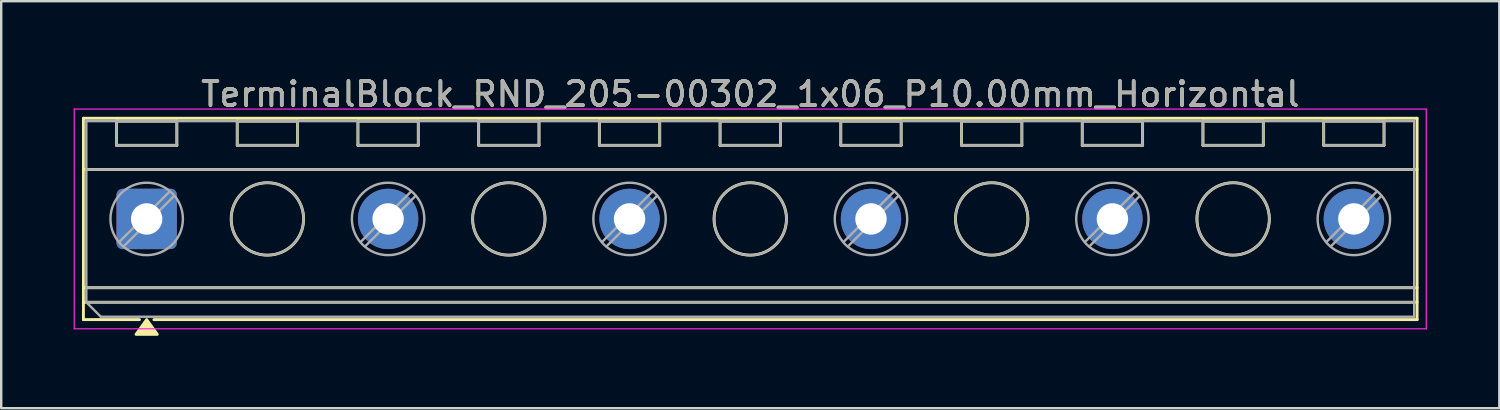
<source format=kicad_pcb>
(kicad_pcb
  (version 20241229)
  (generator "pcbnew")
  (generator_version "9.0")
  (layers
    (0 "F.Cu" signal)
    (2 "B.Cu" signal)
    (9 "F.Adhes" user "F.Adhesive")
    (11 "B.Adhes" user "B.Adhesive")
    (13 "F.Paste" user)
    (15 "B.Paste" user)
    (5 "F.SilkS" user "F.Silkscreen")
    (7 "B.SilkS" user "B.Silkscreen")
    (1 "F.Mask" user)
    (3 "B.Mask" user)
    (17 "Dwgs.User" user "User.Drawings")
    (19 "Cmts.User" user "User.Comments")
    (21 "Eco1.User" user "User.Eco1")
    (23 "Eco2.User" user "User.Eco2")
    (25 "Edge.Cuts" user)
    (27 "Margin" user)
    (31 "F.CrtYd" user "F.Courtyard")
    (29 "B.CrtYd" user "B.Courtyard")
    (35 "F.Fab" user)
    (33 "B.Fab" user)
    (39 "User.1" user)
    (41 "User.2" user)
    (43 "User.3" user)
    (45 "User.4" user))
  (footprint "TerminalBlock_RND_205-00302_1x06_P10.00mm_Horizontal"
    (layer "F.Cu")
    (at 3.025 6.018)
    (property "Reference" "TerminalBlock_RND_205-00302_1x06_P10.00mm_Horizontal" (at 25 -5.17 0) (layer "F.SilkS") (effects (font (size 1 1) (thickness 0.15))))
    (attr through_hole)
    (fp_line (start -2.62 -4.17) (end -2.62 4.17) (stroke (width 0.12) (type solid)) (layer "F.SilkS"))
    (fp_line (start -2.62 -4.17) (end 52.62 -4.17) (stroke (width 0.12) (type solid)) (layer "F.SilkS"))
    (fp_line (start -2.62 -2.05) (end 52.62 -2.05) (stroke (width 0.12) (type solid)) (layer "F.SilkS"))
    (fp_line (start -2.62 2.85) (end 52.62 2.85) (stroke (width 0.12) (type solid)) (layer "F.SilkS"))
    (fp_line (start -2.62 3.45) (end 52.62 3.45) (stroke (width 0.12) (type solid)) (layer "F.SilkS"))
    (fp_line (start -2.62 4.17) (end -0.3 4.17) (stroke (width 0.12) (type solid)) (layer "F.SilkS"))
    (fp_line (start -1.25 -4.05) (end -1.25 -3.05) (stroke (width 0.12) (type solid)) (layer "F.SilkS"))
    (fp_line (start -1.25 -4.05) (end 1.25 -4.05) (stroke (width 0.12) (type solid)) (layer "F.SilkS"))
    (fp_line (start -1.25 -3.05) (end 1.25 -3.05) (stroke (width 0.12) (type solid)) (layer "F.SilkS"))
    (fp_line (start 0.3 4.17) (end 52.62 4.17) (stroke (width 0.12) (type solid)) (layer "F.SilkS"))
    (fp_line (start 1.25 -4.05) (end 1.25 -3.05) (stroke (width 0.12) (type solid)) (layer "F.SilkS"))
    (fp_line (start 3.75 -4.05) (end 3.75 -3.05) (stroke (width 0.12) (type solid)) (layer "F.SilkS"))
    (fp_line (start 3.75 -4.05) (end 6.25 -4.05) (stroke (width 0.12) (type solid)) (layer "F.SilkS"))
    (fp_line (start 3.75 -3.05) (end 6.25 -3.05) (stroke (width 0.12) (type solid)) (layer "F.SilkS"))
    (fp_line (start 6.25 -4.05) (end 6.25 -3.05) (stroke (width 0.12) (type solid)) (layer "F.SilkS"))
    (fp_line (start 8.75 -4.05) (end 8.75 -3.05) (stroke (width 0.12) (type solid)) (layer "F.SilkS"))
    (fp_line (start 8.75 -4.05) (end 11.25 -4.05) (stroke (width 0.12) (type solid)) (layer "F.SilkS"))
    (fp_line (start 8.75 -3.05) (end 11.25 -3.05) (stroke (width 0.12) (type solid)) (layer "F.SilkS"))
    (fp_line (start 11.25 -4.05) (end 11.25 -3.05) (stroke (width 0.12) (type solid)) (layer "F.SilkS"))
    (fp_line (start 13.75 -4.05) (end 13.75 -3.05) (stroke (width 0.12) (type solid)) (layer "F.SilkS"))
    (fp_line (start 13.75 -4.05) (end 16.25 -4.05) (stroke (width 0.12) (type solid)) (layer "F.SilkS"))
    (fp_line (start 13.75 -3.05) (end 16.25 -3.05) (stroke (width 0.12) (type solid)) (layer "F.SilkS"))
    (fp_line (start 16.25 -4.05) (end 16.25 -3.05) (stroke (width 0.12) (type solid)) (layer "F.SilkS"))
    (fp_line (start 18.75 -4.05) (end 18.75 -3.05) (stroke (width 0.12) (type solid)) (layer "F.SilkS"))
    (fp_line (start 18.75 -4.05) (end 21.25 -4.05) (stroke (width 0.12) (type solid)) (layer "F.SilkS"))
    (fp_line (start 18.75 -3.05) (end 21.25 -3.05) (stroke (width 0.12) (type solid)) (layer "F.SilkS"))
    (fp_line (start 21.25 -4.05) (end 21.25 -3.05) (stroke (width 0.12) (type solid)) (layer "F.SilkS"))
    (fp_line (start 23.75 -4.05) (end 23.75 -3.05) (stroke (width 0.12) (type solid)) (layer "F.SilkS"))
    (fp_line (start 23.75 -4.05) (end 26.25 -4.05) (stroke (width 0.12) (type solid)) (layer "F.SilkS"))
    (fp_line (start 23.75 -3.05) (end 26.25 -3.05) (stroke (width 0.12) (type solid)) (layer "F.SilkS"))
    (fp_line (start 26.25 -4.05) (end 26.25 -3.05) (stroke (width 0.12) (type solid)) (layer "F.SilkS"))
    (fp_line (start 28.75 -4.05) (end 28.75 -3.05) (stroke (width 0.12) (type solid)) (layer "F.SilkS"))
    (fp_line (start 28.75 -4.05) (end 31.25 -4.05) (stroke (width 0.12) (type solid)) (layer "F.SilkS"))
    (fp_line (start 28.75 -3.05) (end 31.25 -3.05) (stroke (width 0.12) (type solid)) (layer "F.SilkS"))
    (fp_line (start 31.25 -4.05) (end 31.25 -3.05) (stroke (width 0.12) (type solid)) (layer "F.SilkS"))
    (fp_line (start 33.75 -4.05) (end 33.75 -3.05) (stroke (width 0.12) (type solid)) (layer "F.SilkS"))
    (fp_line (start 33.75 -4.05) (end 36.25 -4.05) (stroke (width 0.12) (type solid)) (layer "F.SilkS"))
    (fp_line (start 33.75 -3.05) (end 36.25 -3.05) (stroke (width 0.12) (type solid)) (layer "F.SilkS"))
    (fp_line (start 36.25 -4.05) (end 36.25 -3.05) (stroke (width 0.12) (type solid)) (layer "F.SilkS"))
    (fp_line (start 38.75 -4.05) (end 38.75 -3.05) (stroke (width 0.12) (type solid)) (layer "F.SilkS"))
    (fp_line (start 38.75 -4.05) (end 41.25 -4.05) (stroke (width 0.12) (type solid)) (layer "F.SilkS"))
    (fp_line (start 38.75 -3.05) (end 41.25 -3.05) (stroke (width 0.12) (type solid)) (layer "F.SilkS"))
    (fp_line (start 41.25 -4.05) (end 41.25 -3.05) (stroke (width 0.12) (type solid)) (layer "F.SilkS"))
    (fp_line (start 43.75 -4.05) (end 43.75 -3.05) (stroke (width 0.12) (type solid)) (layer "F.SilkS"))
    (fp_line (start 43.75 -4.05) (end 46.25 -4.05) (stroke (width 0.12) (type solid)) (layer "F.SilkS"))
    (fp_line (start 43.75 -3.05) (end 46.25 -3.05) (stroke (width 0.12) (type solid)) (layer "F.SilkS"))
    (fp_line (start 46.25 -4.05) (end 46.25 -3.05) (stroke (width 0.12) (type solid)) (layer "F.SilkS"))
    (fp_line (start 48.75 -4.05) (end 48.75 -3.05) (stroke (width 0.12) (type solid)) (layer "F.SilkS"))
    (fp_line (start 48.75 -4.05) (end 51.25 -4.05) (stroke (width 0.12) (type solid)) (layer "F.SilkS"))
    (fp_line (start 48.75 -3.05) (end 51.25 -3.05) (stroke (width 0.12) (type solid)) (layer "F.SilkS"))
    (fp_line (start 51.25 -4.05) (end 51.25 -3.05) (stroke (width 0.12) (type solid)) (layer "F.SilkS"))
    (fp_line (start 52.62 -4.17) (end 52.62 4.17) (stroke (width 0.12) (type solid)) (layer "F.SilkS"))
    (fp_circle (center 5 0) (end 6.5 0) (stroke (width 0.12) (type solid)) (fill no) (layer "F.SilkS"))
    (fp_circle (center 15 0) (end 16.5 0) (stroke (width 0.12) (type solid)) (fill no) (layer "F.SilkS"))
    (fp_circle (center 25 0) (end 26.5 0) (stroke (width 0.12) (type solid)) (fill no) (layer "F.SilkS"))
    (fp_circle (center 35 0) (end 36.5 0) (stroke (width 0.12) (type solid)) (fill no) (layer "F.SilkS"))
    (fp_circle (center 45 0) (end 46.5 0) (stroke (width 0.12) (type solid)) (fill no) (layer "F.SilkS"))
    (fp_poly (pts (xy 0 4.17) (xy 0.44 4.78) (xy -0.44 4.78)) (stroke (width 0.12) (type solid)) (fill yes) (layer "F.SilkS"))
    (fp_line (start -3 -4.55) (end -3 4.55) (stroke (width 0.05) (type solid)) (layer "F.CrtYd"))
    (fp_line (start -3 4.55) (end 53 4.55) (stroke (width 0.05) (type solid)) (layer "F.CrtYd"))
    (fp_line (start 53 -4.55) (end -3 -4.55) (stroke (width 0.05) (type solid)) (layer "F.CrtYd"))
    (fp_line (start 53 4.55) (end 53 -4.55) (stroke (width 0.05) (type solid)) (layer "F.CrtYd"))
    (fp_line (start -2.5 -4.05) (end 52.5 -4.05) (stroke (width 0.1) (type solid)) (layer "F.Fab"))
    (fp_line (start -2.5 -2.05) (end 52.5 -2.05) (stroke (width 0.1) (type solid)) (layer "F.Fab"))
    (fp_line (start -2.5 2.85) (end 52.5 2.85) (stroke (width 0.1) (type solid)) (layer "F.Fab"))
    (fp_line (start -2.5 3.45) (end -2.5 -4.05) (stroke (width 0.1) (type solid)) (layer "F.Fab"))
    (fp_line (start -2.5 3.45) (end 52.5 3.45) (stroke (width 0.1) (type solid)) (layer "F.Fab"))
    (fp_line (start -1.9 4.05) (end -2.5 3.45) (stroke (width 0.1) (type solid)) (layer "F.Fab"))
    (fp_line (start -1.25 -4.05) (end -1.25 -3.05) (stroke (width 0.1) (type solid)) (layer "F.Fab"))
    (fp_line (start -1.25 -3.05) (end 1.25 -3.05) (stroke (width 0.1) (type solid)) (layer "F.Fab"))
    (fp_line (start 0.955 -1.138) (end -1.138 0.955) (stroke (width 0.1) (type solid)) (layer "F.Fab"))
    (fp_line (start 1.138 -0.955) (end -0.955 1.138) (stroke (width 0.1) (type solid)) (layer "F.Fab"))
    (fp_line (start 1.25 -4.05) (end -1.25 -4.05) (stroke (width 0.1) (type solid)) (layer "F.Fab"))
    (fp_line (start 1.25 -3.05) (end 1.25 -4.05) (stroke (width 0.1) (type solid)) (layer "F.Fab"))
    (fp_line (start 3.75 -4.05) (end 3.75 -3.05) (stroke (width 0.1) (type solid)) (layer "F.Fab"))
    (fp_line (start 3.75 -3.05) (end 6.25 -3.05) (stroke (width 0.1) (type solid)) (layer "F.Fab"))
    (fp_line (start 6.25 -4.05) (end 3.75 -4.05) (stroke (width 0.1) (type solid)) (layer "F.Fab"))
    (fp_line (start 6.25 -3.05) (end 6.25 -4.05) (stroke (width 0.1) (type solid)) (layer "F.Fab"))
    (fp_line (start 8.75 -4.05) (end 8.75 -3.05) (stroke (width 0.1) (type solid)) (layer "F.Fab"))
    (fp_line (start 8.75 -3.05) (end 11.25 -3.05) (stroke (width 0.1) (type solid)) (layer "F.Fab"))
    (fp_line (start 10.955 -1.138) (end 8.862 0.955) (stroke (width 0.1) (type solid)) (layer "F.Fab"))
    (fp_line (start 11.138 -0.955) (end 9.045 1.138) (stroke (width 0.1) (type solid)) (layer "F.Fab"))
    (fp_line (start 11.25 -4.05) (end 8.75 -4.05) (stroke (width 0.1) (type solid)) (layer "F.Fab"))
    (fp_line (start 11.25 -3.05) (end 11.25 -4.05) (stroke (width 0.1) (type solid)) (layer "F.Fab"))
    (fp_line (start 13.75 -4.05) (end 13.75 -3.05) (stroke (width 0.1) (type solid)) (layer "F.Fab"))
    (fp_line (start 13.75 -3.05) (end 16.25 -3.05) (stroke (width 0.1) (type solid)) (layer "F.Fab"))
    (fp_line (start 16.25 -4.05) (end 13.75 -4.05) (stroke (width 0.1) (type solid)) (layer "F.Fab"))
    (fp_line (start 16.25 -3.05) (end 16.25 -4.05) (stroke (width 0.1) (type solid)) (layer "F.Fab"))
    (fp_line (start 18.75 -4.05) (end 18.75 -3.05) (stroke (width 0.1) (type solid)) (layer "F.Fab"))
    (fp_line (start 18.75 -3.05) (end 21.25 -3.05) (stroke (width 0.1) (type solid)) (layer "F.Fab"))
    (fp_line (start 20.955 -1.138) (end 18.862 0.955) (stroke (width 0.1) (type solid)) (layer "F.Fab"))
    (fp_line (start 21.138 -0.955) (end 19.045 1.138) (stroke (width 0.1) (type solid)) (layer "F.Fab"))
    (fp_line (start 21.25 -4.05) (end 18.75 -4.05) (stroke (width 0.1) (type solid)) (layer "F.Fab"))
    (fp_line (start 21.25 -3.05) (end 21.25 -4.05) (stroke (width 0.1) (type solid)) (layer "F.Fab"))
    (fp_line (start 23.75 -4.05) (end 23.75 -3.05) (stroke (width 0.1) (type solid)) (layer "F.Fab"))
    (fp_line (start 23.75 -3.05) (end 26.25 -3.05) (stroke (width 0.1) (type solid)) (layer "F.Fab"))
    (fp_line (start 26.25 -4.05) (end 23.75 -4.05) (stroke (width 0.1) (type solid)) (layer "F.Fab"))
    (fp_line (start 26.25 -3.05) (end 26.25 -4.05) (stroke (width 0.1) (type solid)) (layer "F.Fab"))
    (fp_line (start 28.75 -4.05) (end 28.75 -3.05) (stroke (width 0.1) (type solid)) (layer "F.Fab"))
    (fp_line (start 28.75 -3.05) (end 31.25 -3.05) (stroke (width 0.1) (type solid)) (layer "F.Fab"))
    (fp_line (start 30.955 -1.138) (end 28.862 0.955) (stroke (width 0.1) (type solid)) (layer "F.Fab"))
    (fp_line (start 31.138 -0.955) (end 29.045 1.138) (stroke (width 0.1) (type solid)) (layer "F.Fab"))
    (fp_line (start 31.25 -4.05) (end 28.75 -4.05) (stroke (width 0.1) (type solid)) (layer "F.Fab"))
    (fp_line (start 31.25 -3.05) (end 31.25 -4.05) (stroke (width 0.1) (type solid)) (layer "F.Fab"))
    (fp_line (start 33.75 -4.05) (end 33.75 -3.05) (stroke (width 0.1) (type solid)) (layer "F.Fab"))
    (fp_line (start 33.75 -3.05) (end 36.25 -3.05) (stroke (width 0.1) (type solid)) (layer "F.Fab"))
    (fp_line (start 36.25 -4.05) (end 33.75 -4.05) (stroke (width 0.1) (type solid)) (layer "F.Fab"))
    (fp_line (start 36.25 -3.05) (end 36.25 -4.05) (stroke (width 0.1) (type solid)) (layer "F.Fab"))
    (fp_line (start 38.75 -4.05) (end 38.75 -3.05) (stroke (width 0.1) (type solid)) (layer "F.Fab"))
    (fp_line (start 38.75 -3.05) (end 41.25 -3.05) (stroke (width 0.1) (type solid)) (layer "F.Fab"))
    (fp_line (start 40.955 -1.138) (end 38.862 0.955) (stroke (width 0.1) (type solid)) (layer "F.Fab"))
    (fp_line (start 41.138 -0.955) (end 39.045 1.138) (stroke (width 0.1) (type solid)) (layer "F.Fab"))
    (fp_line (start 41.25 -4.05) (end 38.75 -4.05) (stroke (width 0.1) (type solid)) (layer "F.Fab"))
    (fp_line (start 41.25 -3.05) (end 41.25 -4.05) (stroke (width 0.1) (type solid)) (layer "F.Fab"))
    (fp_line (start 43.75 -4.05) (end 43.75 -3.05) (stroke (width 0.1) (type solid)) (layer "F.Fab"))
    (fp_line (start 43.75 -3.05) (end 46.25 -3.05) (stroke (width 0.1) (type solid)) (layer "F.Fab"))
    (fp_line (start 46.25 -4.05) (end 43.75 -4.05) (stroke (width 0.1) (type solid)) (layer "F.Fab"))
    (fp_line (start 46.25 -3.05) (end 46.25 -4.05) (stroke (width 0.1) (type solid)) (layer "F.Fab"))
    (fp_line (start 48.75 -4.05) (end 48.75 -3.05) (stroke (width 0.1) (type solid)) (layer "F.Fab"))
    (fp_line (start 48.75 -3.05) (end 51.25 -3.05) (stroke (width 0.1) (type solid)) (layer "F.Fab"))
    (fp_line (start 50.955 -1.138) (end 48.862 0.955) (stroke (width 0.1) (type solid)) (layer "F.Fab"))
    (fp_line (start 51.138 -0.955) (end 49.045 1.138) (stroke (width 0.1) (type solid)) (layer "F.Fab"))
    (fp_line (start 51.25 -4.05) (end 48.75 -4.05) (stroke (width 0.1) (type solid)) (layer "F.Fab"))
    (fp_line (start 51.25 -3.05) (end 51.25 -4.05) (stroke (width 0.1) (type solid)) (layer "F.Fab"))
    (fp_line (start 52.5 -4.05) (end 52.5 4.05) (stroke (width 0.1) (type solid)) (layer "F.Fab"))
    (fp_line (start 52.5 4.05) (end -1.9 4.05) (stroke (width 0.1) (type solid)) (layer "F.Fab"))
    (fp_circle (center 0 0) (end 1.5 0) (stroke (width 0.1) (type solid)) (fill no) (layer "F.Fab"))
    (fp_circle (center 5 0) (end 6.5 0) (stroke (width 0.1) (type solid)) (fill no) (layer "F.Fab"))
    (fp_circle (center 10 0) (end 11.5 0) (stroke (width 0.1) (type solid)) (fill no) (layer "F.Fab"))
    (fp_circle (center 15 0) (end 16.5 0) (stroke (width 0.1) (type solid)) (fill no) (layer "F.Fab"))
    (fp_circle (center 20 0) (end 21.5 0) (stroke (width 0.1) (type solid)) (fill no) (layer "F.Fab"))
    (fp_circle (center 25 0) (end 26.5 0) (stroke (width 0.1) (type solid)) (fill no) (layer "F.Fab"))
    (fp_circle (center 30 0) (end 31.5 0) (stroke (width 0.1) (type solid)) (fill no) (layer "F.Fab"))
    (fp_circle (center 35 0) (end 36.5 0) (stroke (width 0.1) (type solid)) (fill no) (layer "F.Fab"))
    (fp_circle (center 40 0) (end 41.5 0) (stroke (width 0.1) (type solid)) (fill no) (layer "F.Fab"))
    (fp_circle (center 45 0) (end 46.5 0) (stroke (width 0.1) (type solid)) (fill no) (layer "F.Fab"))
    (fp_circle (center 50 0) (end 51.5 0) (stroke (width 0.1) (type solid)) (fill no) (layer "F.Fab"))
    (fp_text user "${REFERENCE}" (at 25 -5.17 0) (layer "F.Fab") (effects (font (size 1 1) (thickness 0.15))))
    (pad "1" thru_hole roundrect (at 0 0) (size 2.5 2.5) (drill 1.3) (layers "*.Cu" "*.Mask") (roundrect_rratio 0.1))
    (pad "2" thru_hole circle (at 10 0) (size 2.5 2.5) (drill 1.3) (layers "*.Cu" "*.Mask"))
    (pad "3" thru_hole circle (at 20 0) (size 2.5 2.5) (drill 1.3) (layers "*.Cu" "*.Mask"))
    (pad "4" thru_hole circle (at 30 0) (size 2.5 2.5) (drill 1.3) (layers "*.Cu" "*.Mask"))
    (pad "5" thru_hole circle (at 40 0) (size 2.5 2.5) (drill 1.3) (layers "*.Cu" "*.Mask"))
    (pad "6" thru_hole circle (at 50 0) (size 2.5 2.5) (drill 1.3) (layers "*.Cu" "*.Mask")))
  (gr_rect
    (start -3 -3)
    (end 59.05 13.858)
    (stroke (width 0.1) (type default))
    (fill no)
    (layer "Edge.Cuts")))
</source>
